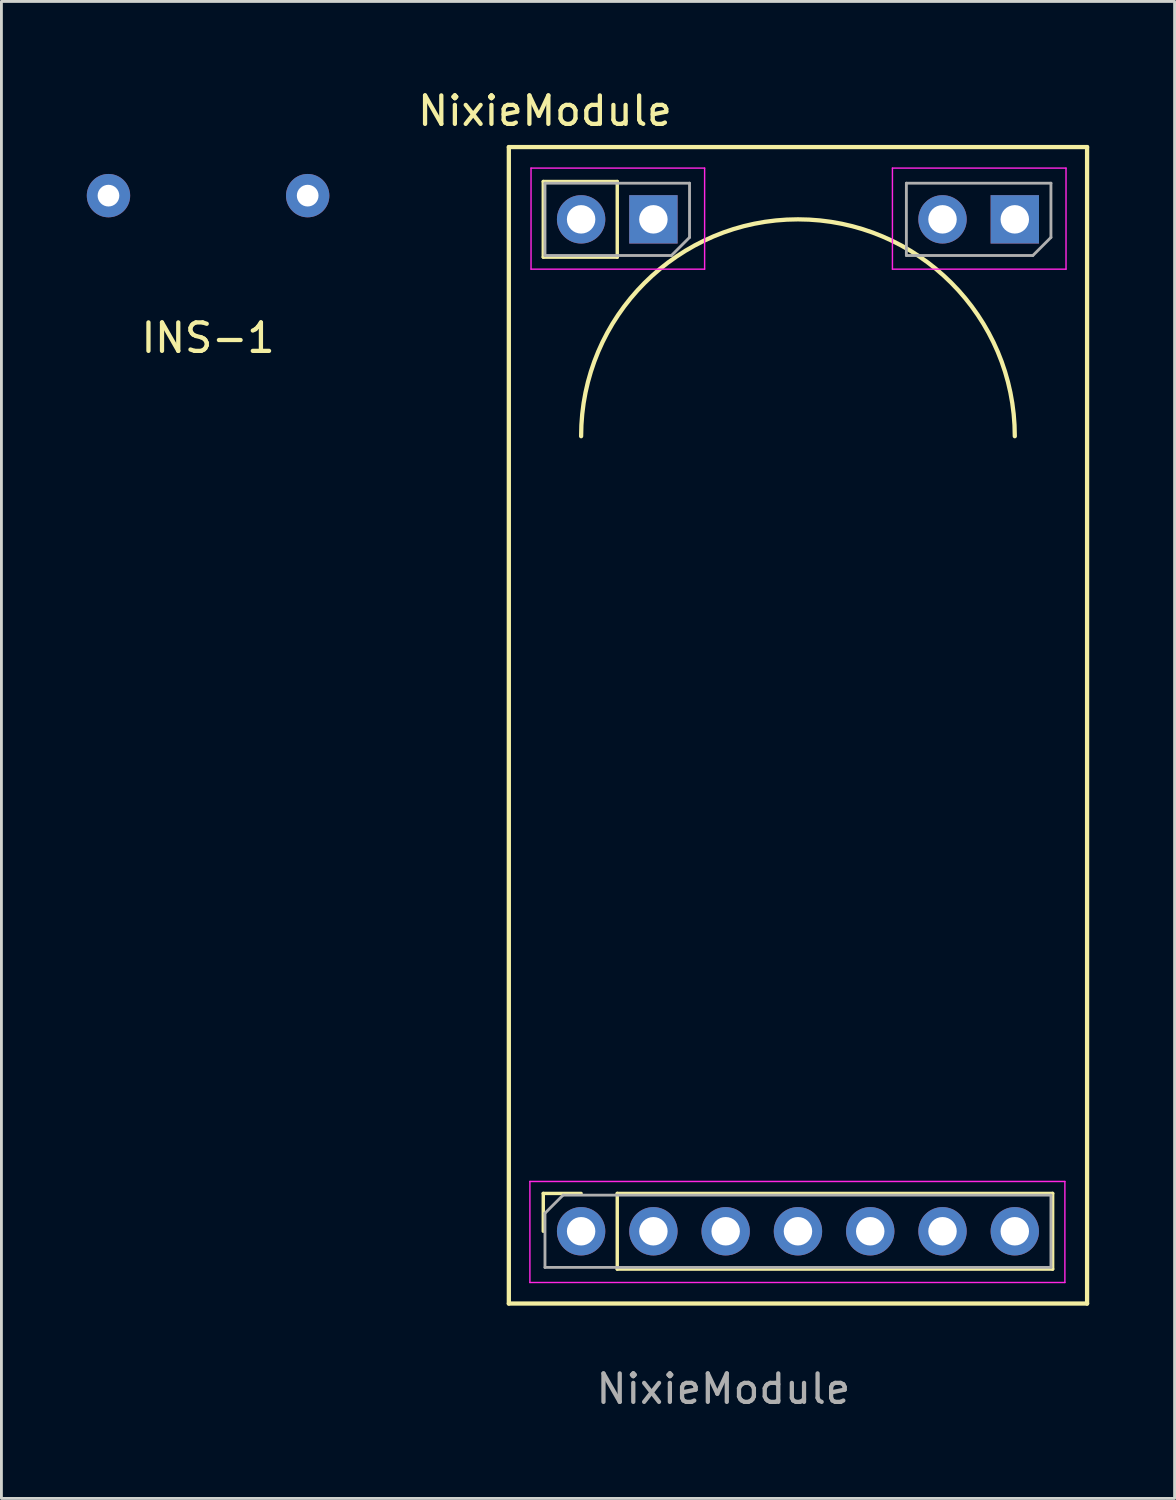
<source format=kicad_pcb>
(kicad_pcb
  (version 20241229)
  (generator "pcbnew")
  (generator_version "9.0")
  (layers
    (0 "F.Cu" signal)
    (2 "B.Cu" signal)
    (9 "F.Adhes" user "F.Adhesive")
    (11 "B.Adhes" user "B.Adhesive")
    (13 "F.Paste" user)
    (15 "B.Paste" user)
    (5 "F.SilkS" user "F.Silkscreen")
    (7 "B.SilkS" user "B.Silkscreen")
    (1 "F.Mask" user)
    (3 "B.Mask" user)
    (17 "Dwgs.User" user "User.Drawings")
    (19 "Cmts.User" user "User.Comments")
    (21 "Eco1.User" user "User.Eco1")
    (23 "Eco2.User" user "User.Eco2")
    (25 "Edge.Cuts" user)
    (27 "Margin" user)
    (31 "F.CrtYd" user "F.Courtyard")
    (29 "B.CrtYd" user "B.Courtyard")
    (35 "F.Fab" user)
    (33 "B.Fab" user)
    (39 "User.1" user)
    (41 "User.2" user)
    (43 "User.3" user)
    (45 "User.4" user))
  (footprint "NixieModule"
    (layer "F.Cu")
    (at 17.371 4.658)
    (property "Reference" "NixieModule" (at -1.27 -3.81 0) (layer "F.SilkS") (effects (font (size 1 1) (thickness 0.15))))
    (attr through_hole)
    (fp_line (start -2.54 -2.54) (end -2.54 38.1) (stroke (width 0.15) (type solid)) (layer "F.SilkS"))
    (fp_line (start -2.54 38.1) (end 17.78 38.1) (stroke (width 0.15) (type solid)) (layer "F.SilkS"))
    (fp_line (start -1.33 -1.33) (end -1.33 1.33) (stroke (width 0.12) (type solid)) (layer "F.SilkS"))
    (fp_line (start -1.33 34.23) (end 0 34.23) (stroke (width 0.12) (type solid)) (layer "F.SilkS"))
    (fp_line (start -1.33 35.56) (end -1.33 34.23) (stroke (width 0.12) (type solid)) (layer "F.SilkS"))
    (fp_line (start 1.27 -1.33) (end -1.33 -1.33) (stroke (width 0.12) (type solid)) (layer "F.SilkS"))
    (fp_line (start 1.27 -1.33) (end 1.27 1.33) (stroke (width 0.12) (type solid)) (layer "F.SilkS"))
    (fp_line (start 1.27 1.33) (end -1.33 1.33) (stroke (width 0.12) (type solid)) (layer "F.SilkS"))
    (fp_line (start 1.27 34.23) (end 16.57 34.23) (stroke (width 0.12) (type solid)) (layer "F.SilkS"))
    (fp_line (start 1.27 36.89) (end 1.27 34.23) (stroke (width 0.12) (type solid)) (layer "F.SilkS"))
    (fp_line (start 1.27 36.89) (end 16.57 36.89) (stroke (width 0.12) (type solid)) (layer "F.SilkS"))
    (fp_line (start 16.57 36.89) (end 16.57 34.23) (stroke (width 0.12) (type solid)) (layer "F.SilkS"))
    (fp_line (start 17.78 -2.54) (end -2.54 -2.54) (stroke (width 0.15) (type solid)) (layer "F.SilkS"))
    (fp_line (start 17.78 38.1) (end 17.78 -2.54) (stroke (width 0.15) (type solid)) (layer "F.SilkS"))
    (fp_arc (start 0 7.62) (mid 7.62 0) (end 15.24 7.62) (stroke (width 0.15) (type solid)) (layer "F.SilkS"))
    (fp_line (start -1.8 33.81) (end 17 33.81) (stroke (width 0.05) (type solid)) (layer "F.CrtYd"))
    (fp_line (start -1.8 37.36) (end -1.8 33.81) (stroke (width 0.05) (type solid)) (layer "F.CrtYd"))
    (fp_line (start -1.76 -1.8) (end 4.34 -1.8) (stroke (width 0.05) (type solid)) (layer "F.CrtYd"))
    (fp_line (start -1.76 1.75) (end -1.76 -1.8) (stroke (width 0.05) (type solid)) (layer "F.CrtYd"))
    (fp_line (start 4.34 -1.8) (end 4.34 1.75) (stroke (width 0.05) (type solid)) (layer "F.CrtYd"))
    (fp_line (start 4.34 1.75) (end -1.76 1.75) (stroke (width 0.05) (type solid)) (layer "F.CrtYd"))
    (fp_line (start 10.94 -1.8) (end 17.04 -1.8) (stroke (width 0.05) (type solid)) (layer "F.CrtYd"))
    (fp_line (start 10.94 1.75) (end 10.94 -1.8) (stroke (width 0.05) (type solid)) (layer "F.CrtYd"))
    (fp_line (start 17 33.81) (end 17 37.36) (stroke (width 0.05) (type solid)) (layer "F.CrtYd"))
    (fp_line (start 17 37.36) (end -1.8 37.36) (stroke (width 0.05) (type solid)) (layer "F.CrtYd"))
    (fp_line (start 17.04 -1.8) (end 17.04 1.75) (stroke (width 0.05) (type solid)) (layer "F.CrtYd"))
    (fp_line (start 17.04 1.75) (end 10.94 1.75) (stroke (width 0.05) (type solid)) (layer "F.CrtYd"))
    (fp_line (start -1.27 -1.27) (end 3.81 -1.27) (stroke (width 0.1) (type solid)) (layer "F.Fab"))
    (fp_line (start -1.27 1.27) (end -1.27 -1.27) (stroke (width 0.1) (type solid)) (layer "F.Fab"))
    (fp_line (start -1.27 34.925) (end -0.635 34.29) (stroke (width 0.1) (type solid)) (layer "F.Fab"))
    (fp_line (start -1.27 36.83) (end -1.27 34.925) (stroke (width 0.1) (type solid)) (layer "F.Fab"))
    (fp_line (start -0.635 34.29) (end 16.51 34.29) (stroke (width 0.1) (type solid)) (layer "F.Fab"))
    (fp_line (start 3.175 1.27) (end -1.27 1.27) (stroke (width 0.1) (type solid)) (layer "F.Fab"))
    (fp_line (start 3.81 -1.27) (end 3.81 0.635) (stroke (width 0.1) (type solid)) (layer "F.Fab"))
    (fp_line (start 3.81 0.635) (end 3.175 1.27) (stroke (width 0.1) (type solid)) (layer "F.Fab"))
    (fp_line (start 11.43 -1.27) (end 16.51 -1.27) (stroke (width 0.1) (type solid)) (layer "F.Fab"))
    (fp_line (start 11.43 1.27) (end 11.43 -1.27) (stroke (width 0.1) (type solid)) (layer "F.Fab"))
    (fp_line (start 15.875 1.27) (end 11.43 1.27) (stroke (width 0.1) (type solid)) (layer "F.Fab"))
    (fp_line (start 16.51 -1.27) (end 16.51 0.635) (stroke (width 0.1) (type solid)) (layer "F.Fab"))
    (fp_line (start 16.51 0.635) (end 15.875 1.27) (stroke (width 0.1) (type solid)) (layer "F.Fab"))
    (fp_line (start 16.51 34.29) (end 16.51 36.83) (stroke (width 0.1) (type solid)) (layer "F.Fab"))
    (fp_line (start 16.51 36.83) (end -1.27 36.83) (stroke (width 0.1) (type solid)) (layer "F.Fab"))
    (fp_text user "${REFERENCE}" (at 5 41.1 180) (layer "F.Fab") (effects (font (size 1 1) (thickness 0.15))))
    (pad "1" thru_hole oval (at 15.24 35.56 90) (size 1.7 1.7) (drill 1) (layers "*.Cu" "*.Mask"))
    (pad "2" thru_hole oval (at 12.7 35.56 90) (size 1.7 1.7) (drill 1) (layers "*.Cu" "*.Mask"))
    (pad "3" thru_hole oval (at 10.16 35.56 90) (size 1.7 1.7) (drill 1) (layers "*.Cu" "*.Mask"))
    (pad "4" thru_hole oval (at 7.62 35.56 90) (size 1.7 1.7) (drill 1) (layers "*.Cu" "*.Mask"))
    (pad "5" thru_hole oval (at 5.08 35.56 90) (size 1.7 1.7) (drill 1) (layers "*.Cu" "*.Mask"))
    (pad "6" thru_hole oval (at 2.54 35.56 90) (size 1.7 1.7) (drill 1) (layers "*.Cu" "*.Mask"))
    (pad "7" thru_hole circle (at 0 35.56 180) (size 1.7 1.7) (drill 1) (layers "*.Cu" "*.Mask"))
    (pad "8" thru_hole oval (at 0 0 270) (size 1.7 1.7) (drill 1) (layers "*.Cu" "*.Mask"))
    (pad "9" thru_hole rect (at 2.54 0 270) (size 1.7 1.7) (drill 1) (layers "*.Cu" "*.Mask"))
    (pad "10" thru_hole oval (at 12.7 0 270) (size 1.7 1.7) (drill 1) (layers "*.Cu" "*.Mask"))
    (pad "11" thru_hole rect (at 15.24 0 270) (size 1.7 1.7) (drill 1) (layers "*.Cu" "*.Mask")))
  (footprint "INS-1"
    (layer "F.Cu")
    (at 4.262 3.825)
    (property "Reference" "INS-1" (at 0 5 0) (layer "F.SilkS") (effects (font (size 1 1) (thickness 0.15))))
    (attr through_hole)
    (fp_circle (center -2.25 -1.5) (end -2.25 -0.75) (stroke (width 0.15) (type solid)) (fill no) (layer "B.Paste"))
    (fp_circle (center 0 0) (end 3.75 0) (stroke (width 0.15) (type solid)) (fill no) (layer "B.Paste"))
    (pad "1" thru_hole circle (at -3.5 0) (size 1.524 1.524) (drill 0.762) (layers "*.Cu" "*.Mask"))
    (pad "2" thru_hole circle (at 3.5 0) (size 1.524 1.524) (drill 0.762) (layers "*.Cu" "*.Mask")))
  (gr_rect
    (start -3 -3)
    (end 38.226 49.606)
    (stroke (width 0.1) (type default))
    (fill no)
    (layer "Edge.Cuts")))
</source>
